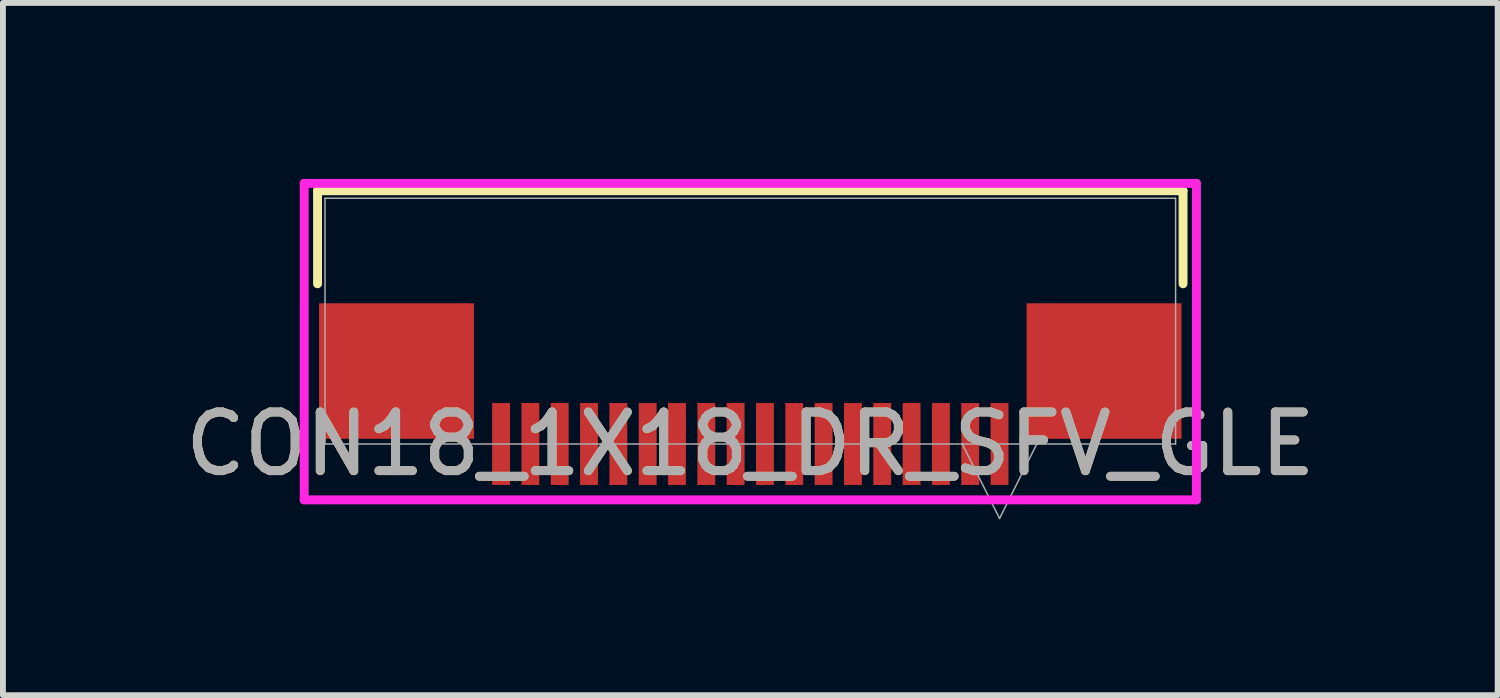
<source format=kicad_pcb>
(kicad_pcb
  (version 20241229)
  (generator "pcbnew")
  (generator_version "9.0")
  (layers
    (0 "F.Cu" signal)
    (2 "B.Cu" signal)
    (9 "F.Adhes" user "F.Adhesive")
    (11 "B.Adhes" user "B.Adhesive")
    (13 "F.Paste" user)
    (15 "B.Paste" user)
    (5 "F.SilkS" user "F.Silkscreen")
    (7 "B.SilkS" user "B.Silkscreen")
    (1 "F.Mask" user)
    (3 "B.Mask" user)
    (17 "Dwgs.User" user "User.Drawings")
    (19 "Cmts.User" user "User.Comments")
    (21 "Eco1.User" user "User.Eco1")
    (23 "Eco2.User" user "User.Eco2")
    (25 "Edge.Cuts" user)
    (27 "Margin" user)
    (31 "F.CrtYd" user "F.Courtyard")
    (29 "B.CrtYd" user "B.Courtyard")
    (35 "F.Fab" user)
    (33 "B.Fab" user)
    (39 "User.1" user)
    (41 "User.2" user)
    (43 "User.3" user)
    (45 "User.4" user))
  (footprint "CON18_1X18_DR_SFV_GLE"
    (layer "F.Cu")
    (at 9.744 2.426)
    (property "Reference" "CON18_1X18_DR_SFV_GLE" (at 0 2.095 0) (unlocked yes) (layer "F.SilkS") (effects (font (size 1 1) (thickness 0.15))))
    (attr smd)
    (fp_line (start -7.379 -2.223) (end -7.379 -0.637) (stroke (width 0.152) (type solid)) (layer "F.SilkS"))
    (fp_line (start 7.379 -2.223) (end -7.379 -2.223) (stroke (width 0.152) (type solid)) (layer "F.SilkS"))
    (fp_line (start 7.379 -0.637) (end 7.379 -2.223) (stroke (width 0.152) (type solid)) (layer "F.SilkS"))
    (fp_line (start -7.607 -2.349) (end -7.607 3.048) (stroke (width 0.152) (type solid)) (layer "F.CrtYd"))
    (fp_line (start -7.607 3.048) (end 7.607 3.048) (stroke (width 0.152) (type solid)) (layer "F.CrtYd"))
    (fp_line (start 7.607 -2.349) (end -7.607 -2.349) (stroke (width 0.152) (type solid)) (layer "F.CrtYd"))
    (fp_line (start 7.607 3.048) (end 7.607 -2.349) (stroke (width 0.152) (type solid)) (layer "F.CrtYd"))
    (fp_line (start -7.252 -2.095) (end -7.252 2.095) (stroke (width 0.025) (type solid)) (layer "F.Fab"))
    (fp_line (start -7.252 2.095) (end 7.252 2.095) (stroke (width 0.025) (type solid)) (layer "F.Fab"))
    (fp_line (start 3.615 2.095) (end 4.25 3.365) (stroke (width 0.025) (type solid)) (layer "F.Fab"))
    (fp_line (start 4.885 2.095) (end 4.25 3.365) (stroke (width 0.025) (type solid)) (layer "F.Fab"))
    (fp_line (start 7.252 -2.095) (end -7.252 -2.095) (stroke (width 0.025) (type solid)) (layer "F.Fab"))
    (fp_line (start 7.252 2.095) (end 7.252 -2.095) (stroke (width 0.025) (type solid)) (layer "F.Fab"))
    (fp_text user "${REFERENCE}" (at 0 2.095 0) (unlocked yes) (layer "F.Fab") (effects (font (size 1 1) (thickness 0.15))))
    (pad "1" smd rect (at 4.25 2.095) (size 0.305 1.397) (layers "F.Cu" "F.Mask" "F.Paste"))
    (pad "2" smd rect (at 3.75 2.095) (size 0.305 1.397) (layers "F.Cu" "F.Mask" "F.Paste"))
    (pad "3" smd rect (at 3.25 2.095) (size 0.305 1.397) (layers "F.Cu" "F.Mask" "F.Paste"))
    (pad "4" smd rect (at 2.75 2.095) (size 0.305 1.397) (layers "F.Cu" "F.Mask" "F.Paste"))
    (pad "5" smd rect (at 2.25 2.095) (size 0.305 1.397) (layers "F.Cu" "F.Mask" "F.Paste"))
    (pad "6" smd rect (at 1.75 2.095) (size 0.305 1.397) (layers "F.Cu" "F.Mask" "F.Paste"))
    (pad "7" smd rect (at 1.25 2.095) (size 0.305 1.397) (layers "F.Cu" "F.Mask" "F.Paste"))
    (pad "8" smd rect (at 0.75 2.095) (size 0.305 1.397) (layers "F.Cu" "F.Mask" "F.Paste"))
    (pad "9" smd rect (at 0.25 2.095) (size 0.305 1.397) (layers "F.Cu" "F.Mask" "F.Paste"))
    (pad "10" smd rect (at -0.25 2.095) (size 0.305 1.397) (layers "F.Cu" "F.Mask" "F.Paste"))
    (pad "11" smd rect (at -0.75 2.095) (size 0.305 1.397) (layers "F.Cu" "F.Mask" "F.Paste"))
    (pad "12" smd rect (at -1.25 2.095) (size 0.305 1.397) (layers "F.Cu" "F.Mask" "F.Paste"))
    (pad "13" smd rect (at -1.75 2.095) (size 0.305 1.397) (layers "F.Cu" "F.Mask" "F.Paste"))
    (pad "14" smd rect (at -2.25 2.095) (size 0.305 1.397) (layers "F.Cu" "F.Mask" "F.Paste"))
    (pad "15" smd rect (at -2.75 2.095) (size 0.305 1.397) (layers "F.Cu" "F.Mask" "F.Paste"))
    (pad "16" smd rect (at -3.25 2.095) (size 0.305 1.397) (layers "F.Cu" "F.Mask" "F.Paste"))
    (pad "17" smd rect (at -3.75 2.095) (size 0.305 1.397) (layers "F.Cu" "F.Mask" "F.Paste"))
    (pad "18" smd rect (at -4.25 2.095) (size 0.305 1.397) (layers "F.Cu" "F.Mask" "F.Paste"))
    (pad "19" smd rect (at -6.032 0.851) (size 2.642 2.311) (layers "F.Cu" "F.Mask" "F.Paste"))
    (pad "20" smd rect (at 6.032 0.851) (size 2.642 2.311) (layers "F.Cu" "F.Mask" "F.Paste")))
  (gr_rect
    (start -3 -3)
    (end 22.488 8.804)
    (stroke (width 0.1) (type default))
    (fill no)
    (layer "Edge.Cuts")))
</source>
